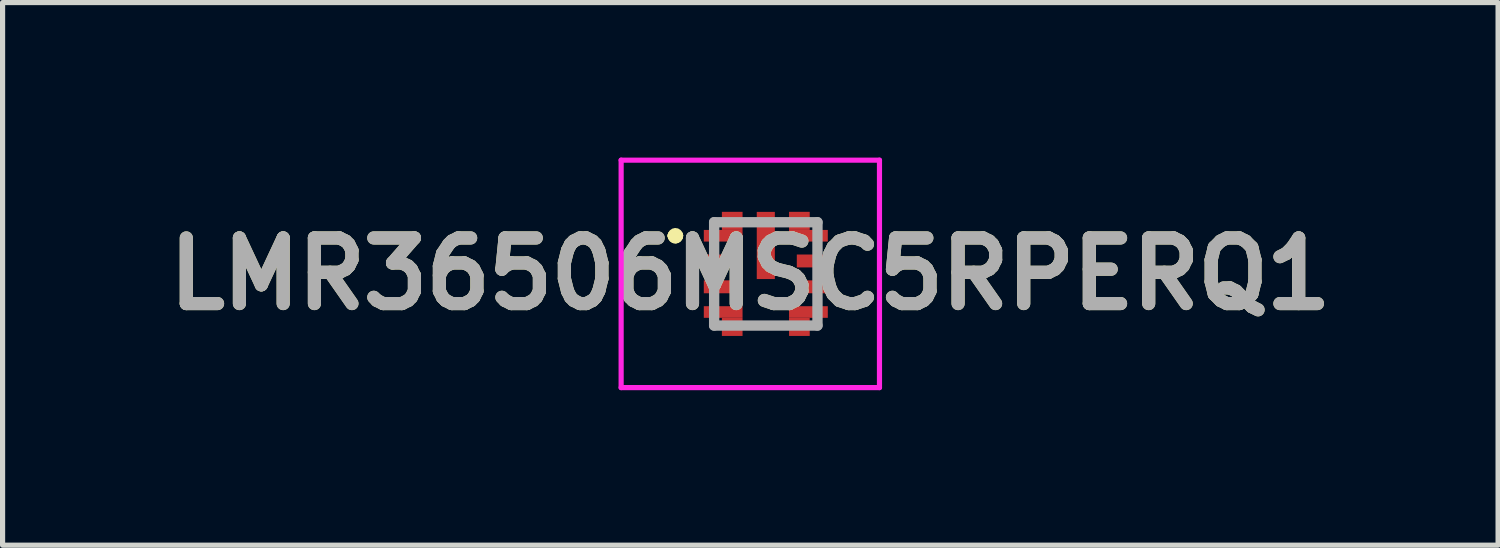
<source format=kicad_pcb>
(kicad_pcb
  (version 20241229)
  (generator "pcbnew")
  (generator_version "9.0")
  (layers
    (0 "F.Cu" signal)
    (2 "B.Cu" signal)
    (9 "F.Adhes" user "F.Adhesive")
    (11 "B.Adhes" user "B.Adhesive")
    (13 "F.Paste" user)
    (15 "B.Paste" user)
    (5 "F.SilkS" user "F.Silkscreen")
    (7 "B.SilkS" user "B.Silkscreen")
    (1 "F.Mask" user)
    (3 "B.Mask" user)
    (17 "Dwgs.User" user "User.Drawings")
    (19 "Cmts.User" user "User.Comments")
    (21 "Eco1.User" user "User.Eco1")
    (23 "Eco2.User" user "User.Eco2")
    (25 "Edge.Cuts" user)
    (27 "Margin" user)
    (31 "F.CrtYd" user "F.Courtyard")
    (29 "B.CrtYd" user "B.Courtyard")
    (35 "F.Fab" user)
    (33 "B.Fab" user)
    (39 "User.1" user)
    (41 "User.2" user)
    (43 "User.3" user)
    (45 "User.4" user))
  (footprint "LMR36506MSC5RPERQ1"
    (layer "F.Cu")
    (at 11.772 2.251)
    (property "Reference" "LMR36506MSC5RPERQ1" (at -0.3 0 0) (layer "F.SilkS") (effects (font (size 1.27 1.27) (thickness 0.254))))
    (attr smd)
    (fp_line (start -1.8 -0.738) (end -1.8 -0.738) (stroke (width 0.2) (type solid)) (layer "F.SilkS"))
    (fp_line (start -1.8 -0.738) (end -1.8 -0.738) (stroke (width 0.2) (type solid)) (layer "F.SilkS"))
    (fp_line (start -1.7 -0.738) (end -1.7 -0.738) (stroke (width 0.2) (type solid)) (layer "F.SilkS"))
    (fp_arc (start -1.8 -0.738) (mid -1.75 -0.788) (end -1.7 -0.738) (stroke (width 0.2) (type solid)) (layer "F.SilkS"))
    (fp_arc (start -1.7 -0.738) (mid -1.75 -0.688) (end -1.8 -0.738) (stroke (width 0.2) (type solid)) (layer "F.SilkS"))
    (fp_arc (start -1.7 -0.738) (mid -1.75 -0.688) (end -1.8 -0.738) (stroke (width 0.2) (type solid)) (layer "F.SilkS"))
    (fp_line (start -2.8 -2.201) (end 2.2 -2.201) (stroke (width 0.1) (type solid)) (layer "F.CrtYd"))
    (fp_line (start -2.8 2.201) (end -2.8 -2.201) (stroke (width 0.1) (type solid)) (layer "F.CrtYd"))
    (fp_line (start 2.2 -2.201) (end 2.2 2.201) (stroke (width 0.1) (type solid)) (layer "F.CrtYd"))
    (fp_line (start 2.2 2.201) (end -2.8 2.201) (stroke (width 0.1) (type solid)) (layer "F.CrtYd"))
    (fp_line (start -1 -1) (end -1 1) (stroke (width 0.2) (type solid)) (layer "F.Fab"))
    (fp_line (start -1 1) (end 1 1) (stroke (width 0.2) (type solid)) (layer "F.Fab"))
    (fp_line (start 1 -1) (end -1 -1) (stroke (width 0.2) (type solid)) (layer "F.Fab"))
    (fp_line (start 1 1) (end 1 -1) (stroke (width 0.2) (type solid)) (layer "F.Fab"))
    (fp_text user "${REFERENCE}" (at -0.3 0 0) (layer "F.Fab") (effects (font (size 1.27 1.27) (thickness 0.254))))
    (pad "1" smd rect (at -0.825 -0.738 90) (size 0.225 0.75) (layers "F.Cu" "F.Mask" "F.Paste"))
    (pad "2" smd rect (at -0.9 -0.25 90) (size 0.25 0.6) (layers "F.Cu" "F.Mask" "F.Paste"))
    (pad "3" smd rect (at -0.9 0.25 90) (size 0.25 0.6) (layers "F.Cu" "F.Mask" "F.Paste"))
    (pad "4" smd rect (at -0.825 0.738 90) (size 0.225 0.75) (layers "F.Cu" "F.Mask" "F.Paste"))
    (pad "5" smd rect (at 0.825 0.738 90) (size 0.225 0.75) (layers "F.Cu" "F.Mask" "F.Paste"))
    (pad "6" smd rect (at 0.9 0.25 90) (size 0.25 0.6) (layers "F.Cu" "F.Mask" "F.Paste"))
    (pad "7" smd rect (at 0.9 -0.25 90) (size 0.25 0.6) (layers "F.Cu" "F.Mask" "F.Paste"))
    (pad "8" smd rect (at 0.825 -0.738 90) (size 0.225 0.75) (layers "F.Cu" "F.Mask" "F.Paste"))
    (pad "9" smd rect (at 0 -0.55) (size 0.35 1.3) (layers "F.Cu" "F.Mask" "F.Paste"))
    (pad "10" smd rect (at -0.65 -1.026 90) (size 0.35 0.4) (layers "F.Cu" "F.Mask" "F.Paste"))
    (pad "11" smd rect (at -0.65 1.026 90) (size 0.35 0.4) (layers "F.Cu" "F.Mask" "F.Paste"))
    (pad "12" smd rect (at 0.65 1.026 90) (size 0.35 0.4) (layers "F.Cu" "F.Mask" "F.Paste"))
    (pad "13" smd rect (at 0.65 -1.026 90) (size 0.35 0.4) (layers "F.Cu" "F.Mask" "F.Paste")))
  (gr_rect
    (start -3 -3)
    (end 25.945 7.502)
    (stroke (width 0.1) (type default))
    (fill no)
    (layer "Edge.Cuts")))
</source>
